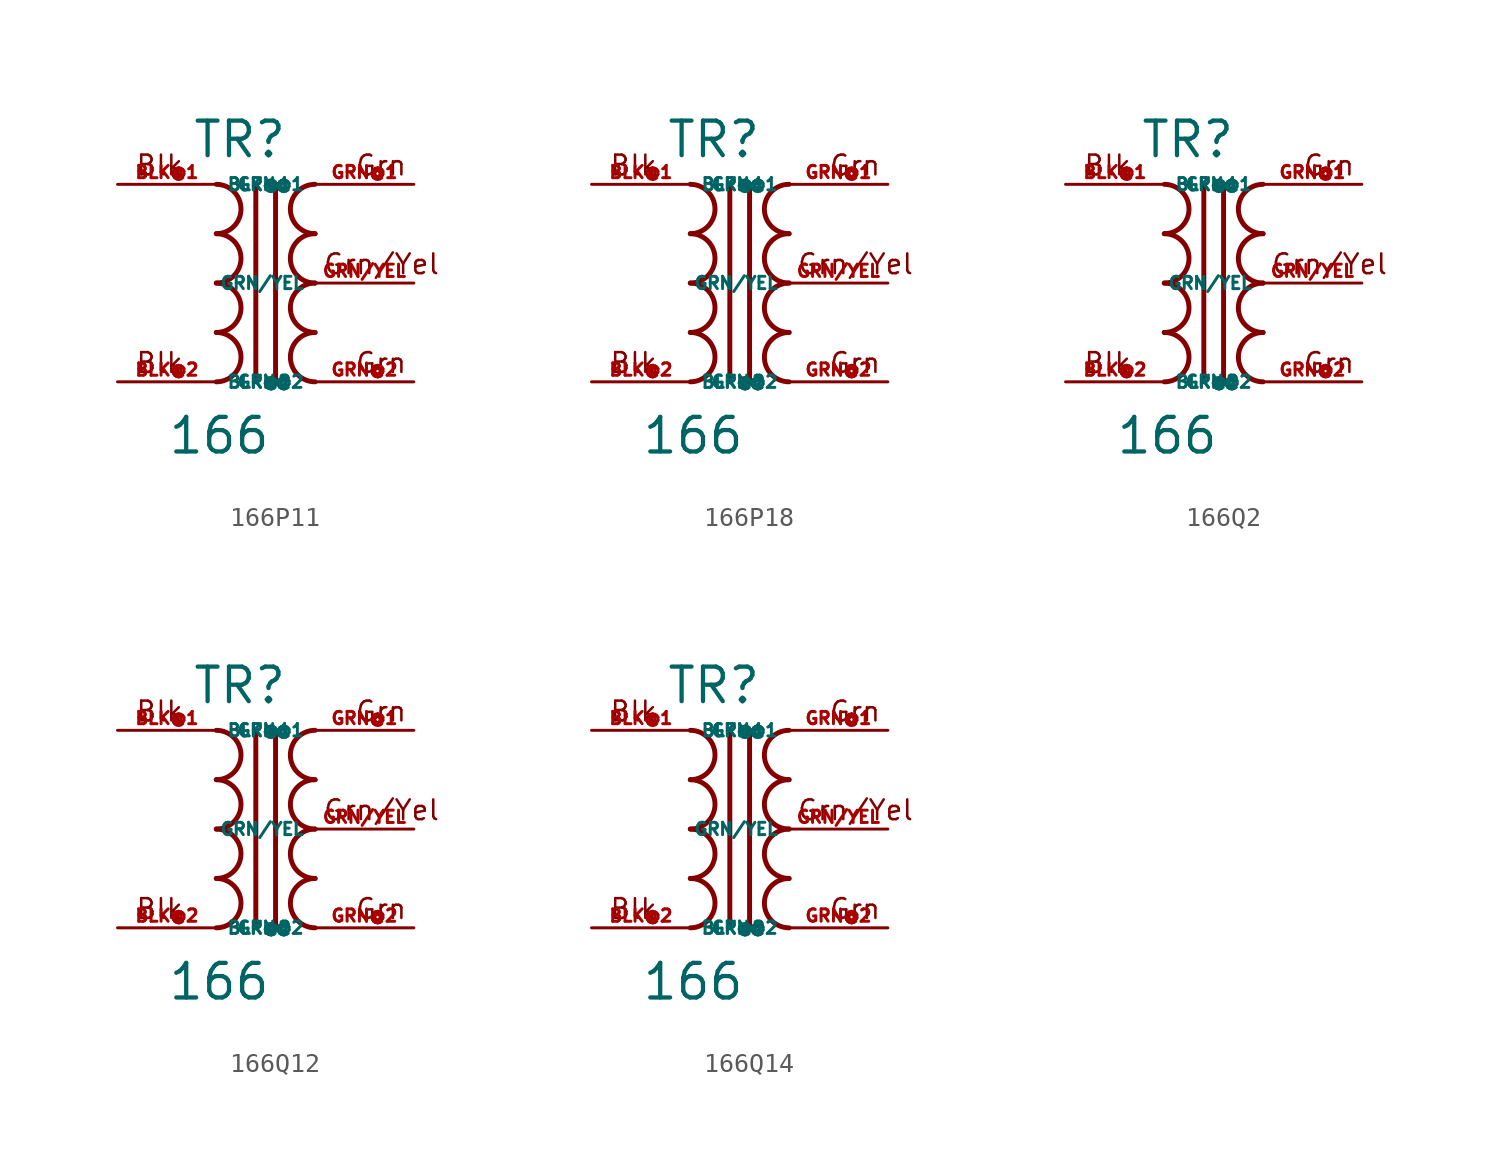
<source format=kicad_sym>
(kicad_symbol_lib
  (version 20220914)
  (generator Eagle2Kicad)
  (symbol "166P11"
    (property "Reference" "TR"
      (at -3.81 6.35 0)
      (effects (font (size 1.778 1.778) (thickness 0.22)) (justify left bottom)))
    (property "Value" "166"
      (at -5.08 -8.89 0)
      (effects (font (size 1.778 1.778) (thickness 0.22)) (justify left bottom)))
    (polyline
      (pts (xy -0.508 5.08) (xy -0.508 -5.08))
      (stroke (width 0.254) (type default))
      (fill (type none)))
    (arc
      (start -2.54 0)
      (mid -1.270 1.270)
      (end -2.54 2.54)
      (stroke (width 0.254) (type default))
      (fill (type none)))
    (arc
      (start -2.54 -2.54)
      (mid -1.270 -1.270)
      (end -2.54 0)
      (stroke (width 0.254) (type default))
      (fill (type none)))
    (arc
      (start -2.54 -5.08)
      (mid -1.270 -3.810)
      (end -2.54 -2.54)
      (stroke (width 0.254) (type default))
      (fill (type none)))
    (arc
      (start -2.54 2.54)
      (mid -1.270 3.810)
      (end -2.54 5.08)
      (stroke (width 0.254) (type default))
      (fill (type none)))
    (arc
      (start 2.54 2.54)
      (mid 1.270 1.270)
      (end 2.54 0)
      (stroke (width 0.254) (type default))
      (fill (type none)))
    (arc
      (start 2.54 5.08)
      (mid 1.270 3.810)
      (end 2.54 2.54)
      (stroke (width 0.254) (type default))
      (fill (type none)))
    (arc
      (start 2.54 0)
      (mid 1.270 -1.270)
      (end 2.54 -2.54)
      (stroke (width 0.254) (type default))
      (fill (type none)))
    (arc
      (start 2.54 -2.54)
      (mid 1.270 -3.810)
      (end 2.54 -5.08)
      (stroke (width 0.254) (type default))
      (fill (type none)))
    (polyline
      (pts (xy 0.508 5.08) (xy 0.508 -5.08))
      (stroke (width 0.254) (type default))
      (fill (type none)))
    (text "Blk"
      (at -6.731 5.461 0)
      (effects (font (size 1.016 1.016) (thickness 0.13)) (justify left bottom)))
    (text "Blk"
      (at -6.731 -4.699 0)
      (effects (font (size 1.016 1.016) (thickness 0.13)) (justify left bottom)))
    (text "Grn"
      (at 4.572 5.461 0)
      (effects (font (size 1.016 1.016) (thickness 0.13)) (justify left bottom)))
    (text "Grn"
      (at 4.572 -4.699 0)
      (effects (font (size 1.016 1.016) (thickness 0.13)) (justify left bottom)))
    (text "Grn/Yel"
      (at 2.921 0.381 0)
      (effects (font (size 1.016 1.016) (thickness 0.13)) (justify left bottom)))
    (pin passive line
      (at -7.62 5.08 0)
      (length 5.08)
      (name "BLK@1" (effects (font (size 0.635 0.635) (thickness 0.08)) (justify left bottom)))
      (number "BLK@1" (effects (font (size 0.635 0.635) (thickness 0.08)) (justify left bottom))))
    (pin passive line
      (at -7.62 -5.08 0)
      (length 5.08)
      (name "BLK@2" (effects (font (size 0.635 0.635) (thickness 0.08)) (justify left bottom)))
      (number "BLK@2" (effects (font (size 0.635 0.635) (thickness 0.08)) (justify left bottom))))
    (pin passive line
      (at 7.62 5.08 180)
      (length 5.08)
      (name "GRN@1" (effects (font (size 0.635 0.635) (thickness 0.08)) (justify left bottom)))
      (number "GRN@1" (effects (font (size 0.635 0.635) (thickness 0.08)) (justify left bottom))))
    (pin passive line
      (at 7.62 0 180)
      (length 5.08)
      (name "GRN/YEL" (effects (font (size 0.635 0.635) (thickness 0.08)) (justify left bottom)))
      (number "GRN/YEL" (effects (font (size 0.635 0.635) (thickness 0.08)) (justify left bottom))))
    (pin passive line
      (at 7.62 -5.08 180)
      (length 5.08)
      (name "GRN@2" (effects (font (size 0.635 0.635) (thickness 0.08)) (justify left bottom)))
      (number "GRN@2" (effects (font (size 0.635 0.635) (thickness 0.08)) (justify left bottom)))))
  (symbol "166P18"
    (property "Reference" "TR"
      (at -3.81 6.35 0)
      (effects (font (size 1.778 1.778) (thickness 0.22)) (justify left bottom)))
    (property "Value" "166"
      (at -5.08 -8.89 0)
      (effects (font (size 1.778 1.778) (thickness 0.22)) (justify left bottom)))
    (polyline
      (pts (xy -0.508 5.08) (xy -0.508 -5.08))
      (stroke (width 0.254) (type default))
      (fill (type none)))
    (arc
      (start -2.54 0)
      (mid -1.270 1.270)
      (end -2.54 2.54)
      (stroke (width 0.254) (type default))
      (fill (type none)))
    (arc
      (start -2.54 -2.54)
      (mid -1.270 -1.270)
      (end -2.54 0)
      (stroke (width 0.254) (type default))
      (fill (type none)))
    (arc
      (start -2.54 -5.08)
      (mid -1.270 -3.810)
      (end -2.54 -2.54)
      (stroke (width 0.254) (type default))
      (fill (type none)))
    (arc
      (start -2.54 2.54)
      (mid -1.270 3.810)
      (end -2.54 5.08)
      (stroke (width 0.254) (type default))
      (fill (type none)))
    (arc
      (start 2.54 2.54)
      (mid 1.270 1.270)
      (end 2.54 0)
      (stroke (width 0.254) (type default))
      (fill (type none)))
    (arc
      (start 2.54 5.08)
      (mid 1.270 3.810)
      (end 2.54 2.54)
      (stroke (width 0.254) (type default))
      (fill (type none)))
    (arc
      (start 2.54 0)
      (mid 1.270 -1.270)
      (end 2.54 -2.54)
      (stroke (width 0.254) (type default))
      (fill (type none)))
    (arc
      (start 2.54 -2.54)
      (mid 1.270 -3.810)
      (end 2.54 -5.08)
      (stroke (width 0.254) (type default))
      (fill (type none)))
    (polyline
      (pts (xy 0.508 5.08) (xy 0.508 -5.08))
      (stroke (width 0.254) (type default))
      (fill (type none)))
    (text "Blk"
      (at -6.731 5.461 0)
      (effects (font (size 1.016 1.016) (thickness 0.13)) (justify left bottom)))
    (text "Blk"
      (at -6.731 -4.699 0)
      (effects (font (size 1.016 1.016) (thickness 0.13)) (justify left bottom)))
    (text "Grn"
      (at 4.572 5.461 0)
      (effects (font (size 1.016 1.016) (thickness 0.13)) (justify left bottom)))
    (text "Grn"
      (at 4.572 -4.699 0)
      (effects (font (size 1.016 1.016) (thickness 0.13)) (justify left bottom)))
    (text "Grn/Yel"
      (at 2.921 0.381 0)
      (effects (font (size 1.016 1.016) (thickness 0.13)) (justify left bottom)))
    (pin passive line
      (at -7.62 5.08 0)
      (length 5.08)
      (name "BLK@1" (effects (font (size 0.635 0.635) (thickness 0.08)) (justify left bottom)))
      (number "BLK@1" (effects (font (size 0.635 0.635) (thickness 0.08)) (justify left bottom))))
    (pin passive line
      (at -7.62 -5.08 0)
      (length 5.08)
      (name "BLK@2" (effects (font (size 0.635 0.635) (thickness 0.08)) (justify left bottom)))
      (number "BLK@2" (effects (font (size 0.635 0.635) (thickness 0.08)) (justify left bottom))))
    (pin passive line
      (at 7.62 5.08 180)
      (length 5.08)
      (name "GRN@1" (effects (font (size 0.635 0.635) (thickness 0.08)) (justify left bottom)))
      (number "GRN@1" (effects (font (size 0.635 0.635) (thickness 0.08)) (justify left bottom))))
    (pin passive line
      (at 7.62 0 180)
      (length 5.08)
      (name "GRN/YEL" (effects (font (size 0.635 0.635) (thickness 0.08)) (justify left bottom)))
      (number "GRN/YEL" (effects (font (size 0.635 0.635) (thickness 0.08)) (justify left bottom))))
    (pin passive line
      (at 7.62 -5.08 180)
      (length 5.08)
      (name "GRN@2" (effects (font (size 0.635 0.635) (thickness 0.08)) (justify left bottom)))
      (number "GRN@2" (effects (font (size 0.635 0.635) (thickness 0.08)) (justify left bottom)))))
  (symbol "166Q2"
    (property "Reference" "TR"
      (at -3.81 6.35 0)
      (effects (font (size 1.778 1.778) (thickness 0.22)) (justify left bottom)))
    (property "Value" "166"
      (at -5.08 -8.89 0)
      (effects (font (size 1.778 1.778) (thickness 0.22)) (justify left bottom)))
    (polyline
      (pts (xy -0.508 5.08) (xy -0.508 -5.08))
      (stroke (width 0.254) (type default))
      (fill (type none)))
    (arc
      (start -2.54 0)
      (mid -1.270 1.270)
      (end -2.54 2.54)
      (stroke (width 0.254) (type default))
      (fill (type none)))
    (arc
      (start -2.54 -2.54)
      (mid -1.270 -1.270)
      (end -2.54 0)
      (stroke (width 0.254) (type default))
      (fill (type none)))
    (arc
      (start -2.54 -5.08)
      (mid -1.270 -3.810)
      (end -2.54 -2.54)
      (stroke (width 0.254) (type default))
      (fill (type none)))
    (arc
      (start -2.54 2.54)
      (mid -1.270 3.810)
      (end -2.54 5.08)
      (stroke (width 0.254) (type default))
      (fill (type none)))
    (arc
      (start 2.54 2.54)
      (mid 1.270 1.270)
      (end 2.54 0)
      (stroke (width 0.254) (type default))
      (fill (type none)))
    (arc
      (start 2.54 5.08)
      (mid 1.270 3.810)
      (end 2.54 2.54)
      (stroke (width 0.254) (type default))
      (fill (type none)))
    (arc
      (start 2.54 0)
      (mid 1.270 -1.270)
      (end 2.54 -2.54)
      (stroke (width 0.254) (type default))
      (fill (type none)))
    (arc
      (start 2.54 -2.54)
      (mid 1.270 -3.810)
      (end 2.54 -5.08)
      (stroke (width 0.254) (type default))
      (fill (type none)))
    (polyline
      (pts (xy 0.508 5.08) (xy 0.508 -5.08))
      (stroke (width 0.254) (type default))
      (fill (type none)))
    (text "Blk"
      (at -6.731 5.461 0)
      (effects (font (size 1.016 1.016) (thickness 0.13)) (justify left bottom)))
    (text "Blk"
      (at -6.731 -4.699 0)
      (effects (font (size 1.016 1.016) (thickness 0.13)) (justify left bottom)))
    (text "Grn"
      (at 4.572 5.461 0)
      (effects (font (size 1.016 1.016) (thickness 0.13)) (justify left bottom)))
    (text "Grn"
      (at 4.572 -4.699 0)
      (effects (font (size 1.016 1.016) (thickness 0.13)) (justify left bottom)))
    (text "Grn/Yel"
      (at 2.921 0.381 0)
      (effects (font (size 1.016 1.016) (thickness 0.13)) (justify left bottom)))
    (pin passive line
      (at -7.62 5.08 0)
      (length 5.08)
      (name "BLK@1" (effects (font (size 0.635 0.635) (thickness 0.08)) (justify left bottom)))
      (number "BLK@1" (effects (font (size 0.635 0.635) (thickness 0.08)) (justify left bottom))))
    (pin passive line
      (at -7.62 -5.08 0)
      (length 5.08)
      (name "BLK@2" (effects (font (size 0.635 0.635) (thickness 0.08)) (justify left bottom)))
      (number "BLK@2" (effects (font (size 0.635 0.635) (thickness 0.08)) (justify left bottom))))
    (pin passive line
      (at 7.62 5.08 180)
      (length 5.08)
      (name "GRN@1" (effects (font (size 0.635 0.635) (thickness 0.08)) (justify left bottom)))
      (number "GRN@1" (effects (font (size 0.635 0.635) (thickness 0.08)) (justify left bottom))))
    (pin passive line
      (at 7.62 0 180)
      (length 5.08)
      (name "GRN/YEL" (effects (font (size 0.635 0.635) (thickness 0.08)) (justify left bottom)))
      (number "GRN/YEL" (effects (font (size 0.635 0.635) (thickness 0.08)) (justify left bottom))))
    (pin passive line
      (at 7.62 -5.08 180)
      (length 5.08)
      (name "GRN@2" (effects (font (size 0.635 0.635) (thickness 0.08)) (justify left bottom)))
      (number "GRN@2" (effects (font (size 0.635 0.635) (thickness 0.08)) (justify left bottom)))))
  (symbol "166Q12"
    (property "Reference" "TR"
      (at -3.81 6.35 0)
      (effects (font (size 1.778 1.778) (thickness 0.22)) (justify left bottom)))
    (property "Value" "166"
      (at -5.08 -8.89 0)
      (effects (font (size 1.778 1.778) (thickness 0.22)) (justify left bottom)))
    (polyline
      (pts (xy -0.508 5.08) (xy -0.508 -5.08))
      (stroke (width 0.254) (type default))
      (fill (type none)))
    (arc
      (start -2.54 0)
      (mid -1.270 1.270)
      (end -2.54 2.54)
      (stroke (width 0.254) (type default))
      (fill (type none)))
    (arc
      (start -2.54 -2.54)
      (mid -1.270 -1.270)
      (end -2.54 0)
      (stroke (width 0.254) (type default))
      (fill (type none)))
    (arc
      (start -2.54 -5.08)
      (mid -1.270 -3.810)
      (end -2.54 -2.54)
      (stroke (width 0.254) (type default))
      (fill (type none)))
    (arc
      (start -2.54 2.54)
      (mid -1.270 3.810)
      (end -2.54 5.08)
      (stroke (width 0.254) (type default))
      (fill (type none)))
    (arc
      (start 2.54 2.54)
      (mid 1.270 1.270)
      (end 2.54 0)
      (stroke (width 0.254) (type default))
      (fill (type none)))
    (arc
      (start 2.54 5.08)
      (mid 1.270 3.810)
      (end 2.54 2.54)
      (stroke (width 0.254) (type default))
      (fill (type none)))
    (arc
      (start 2.54 0)
      (mid 1.270 -1.270)
      (end 2.54 -2.54)
      (stroke (width 0.254) (type default))
      (fill (type none)))
    (arc
      (start 2.54 -2.54)
      (mid 1.270 -3.810)
      (end 2.54 -5.08)
      (stroke (width 0.254) (type default))
      (fill (type none)))
    (polyline
      (pts (xy 0.508 5.08) (xy 0.508 -5.08))
      (stroke (width 0.254) (type default))
      (fill (type none)))
    (text "Blk"
      (at -6.731 5.461 0)
      (effects (font (size 1.016 1.016) (thickness 0.13)) (justify left bottom)))
    (text "Blk"
      (at -6.731 -4.699 0)
      (effects (font (size 1.016 1.016) (thickness 0.13)) (justify left bottom)))
    (text "Grn"
      (at 4.572 5.461 0)
      (effects (font (size 1.016 1.016) (thickness 0.13)) (justify left bottom)))
    (text "Grn"
      (at 4.572 -4.699 0)
      (effects (font (size 1.016 1.016) (thickness 0.13)) (justify left bottom)))
    (text "Grn/Yel"
      (at 2.921 0.381 0)
      (effects (font (size 1.016 1.016) (thickness 0.13)) (justify left bottom)))
    (pin passive line
      (at -7.62 5.08 0)
      (length 5.08)
      (name "BLK@1" (effects (font (size 0.635 0.635) (thickness 0.08)) (justify left bottom)))
      (number "BLK@1" (effects (font (size 0.635 0.635) (thickness 0.08)) (justify left bottom))))
    (pin passive line
      (at -7.62 -5.08 0)
      (length 5.08)
      (name "BLK@2" (effects (font (size 0.635 0.635) (thickness 0.08)) (justify left bottom)))
      (number "BLK@2" (effects (font (size 0.635 0.635) (thickness 0.08)) (justify left bottom))))
    (pin passive line
      (at 7.62 5.08 180)
      (length 5.08)
      (name "GRN@1" (effects (font (size 0.635 0.635) (thickness 0.08)) (justify left bottom)))
      (number "GRN@1" (effects (font (size 0.635 0.635) (thickness 0.08)) (justify left bottom))))
    (pin passive line
      (at 7.62 0 180)
      (length 5.08)
      (name "GRN/YEL" (effects (font (size 0.635 0.635) (thickness 0.08)) (justify left bottom)))
      (number "GRN/YEL" (effects (font (size 0.635 0.635) (thickness 0.08)) (justify left bottom))))
    (pin passive line
      (at 7.62 -5.08 180)
      (length 5.08)
      (name "GRN@2" (effects (font (size 0.635 0.635) (thickness 0.08)) (justify left bottom)))
      (number "GRN@2" (effects (font (size 0.635 0.635) (thickness 0.08)) (justify left bottom)))))
  (symbol "166Q14"
    (property "Reference" "TR"
      (at -3.81 6.35 0)
      (effects (font (size 1.778 1.778) (thickness 0.22)) (justify left bottom)))
    (property "Value" "166"
      (at -5.08 -8.89 0)
      (effects (font (size 1.778 1.778) (thickness 0.22)) (justify left bottom)))
    (polyline
      (pts (xy -0.508 5.08) (xy -0.508 -5.08))
      (stroke (width 0.254) (type default))
      (fill (type none)))
    (arc
      (start -2.54 0)
      (mid -1.270 1.270)
      (end -2.54 2.54)
      (stroke (width 0.254) (type default))
      (fill (type none)))
    (arc
      (start -2.54 -2.54)
      (mid -1.270 -1.270)
      (end -2.54 0)
      (stroke (width 0.254) (type default))
      (fill (type none)))
    (arc
      (start -2.54 -5.08)
      (mid -1.270 -3.810)
      (end -2.54 -2.54)
      (stroke (width 0.254) (type default))
      (fill (type none)))
    (arc
      (start -2.54 2.54)
      (mid -1.270 3.810)
      (end -2.54 5.08)
      (stroke (width 0.254) (type default))
      (fill (type none)))
    (arc
      (start 2.54 2.54)
      (mid 1.270 1.270)
      (end 2.54 0)
      (stroke (width 0.254) (type default))
      (fill (type none)))
    (arc
      (start 2.54 5.08)
      (mid 1.270 3.810)
      (end 2.54 2.54)
      (stroke (width 0.254) (type default))
      (fill (type none)))
    (arc
      (start 2.54 0)
      (mid 1.270 -1.270)
      (end 2.54 -2.54)
      (stroke (width 0.254) (type default))
      (fill (type none)))
    (arc
      (start 2.54 -2.54)
      (mid 1.270 -3.810)
      (end 2.54 -5.08)
      (stroke (width 0.254) (type default))
      (fill (type none)))
    (polyline
      (pts (xy 0.508 5.08) (xy 0.508 -5.08))
      (stroke (width 0.254) (type default))
      (fill (type none)))
    (text "Blk"
      (at -6.731 5.461 0)
      (effects (font (size 1.016 1.016) (thickness 0.13)) (justify left bottom)))
    (text "Blk"
      (at -6.731 -4.699 0)
      (effects (font (size 1.016 1.016) (thickness 0.13)) (justify left bottom)))
    (text "Grn"
      (at 4.572 5.461 0)
      (effects (font (size 1.016 1.016) (thickness 0.13)) (justify left bottom)))
    (text "Grn"
      (at 4.572 -4.699 0)
      (effects (font (size 1.016 1.016) (thickness 0.13)) (justify left bottom)))
    (text "Grn/Yel"
      (at 2.921 0.381 0)
      (effects (font (size 1.016 1.016) (thickness 0.13)) (justify left bottom)))
    (pin passive line
      (at -7.62 5.08 0)
      (length 5.08)
      (name "BLK@1" (effects (font (size 0.635 0.635) (thickness 0.08)) (justify left bottom)))
      (number "BLK@1" (effects (font (size 0.635 0.635) (thickness 0.08)) (justify left bottom))))
    (pin passive line
      (at -7.62 -5.08 0)
      (length 5.08)
      (name "BLK@2" (effects (font (size 0.635 0.635) (thickness 0.08)) (justify left bottom)))
      (number "BLK@2" (effects (font (size 0.635 0.635) (thickness 0.08)) (justify left bottom))))
    (pin passive line
      (at 7.62 5.08 180)
      (length 5.08)
      (name "GRN@1" (effects (font (size 0.635 0.635) (thickness 0.08)) (justify left bottom)))
      (number "GRN@1" (effects (font (size 0.635 0.635) (thickness 0.08)) (justify left bottom))))
    (pin passive line
      (at 7.62 0 180)
      (length 5.08)
      (name "GRN/YEL" (effects (font (size 0.635 0.635) (thickness 0.08)) (justify left bottom)))
      (number "GRN/YEL" (effects (font (size 0.635 0.635) (thickness 0.08)) (justify left bottom))))
    (pin passive line
      (at 7.62 -5.08 180)
      (length 5.08)
      (name "GRN@2" (effects (font (size 0.635 0.635) (thickness 0.08)) (justify left bottom)))
      (number "GRN@2" (effects (font (size 0.635 0.635) (thickness 0.08)) (justify left bottom))))))
</source>
